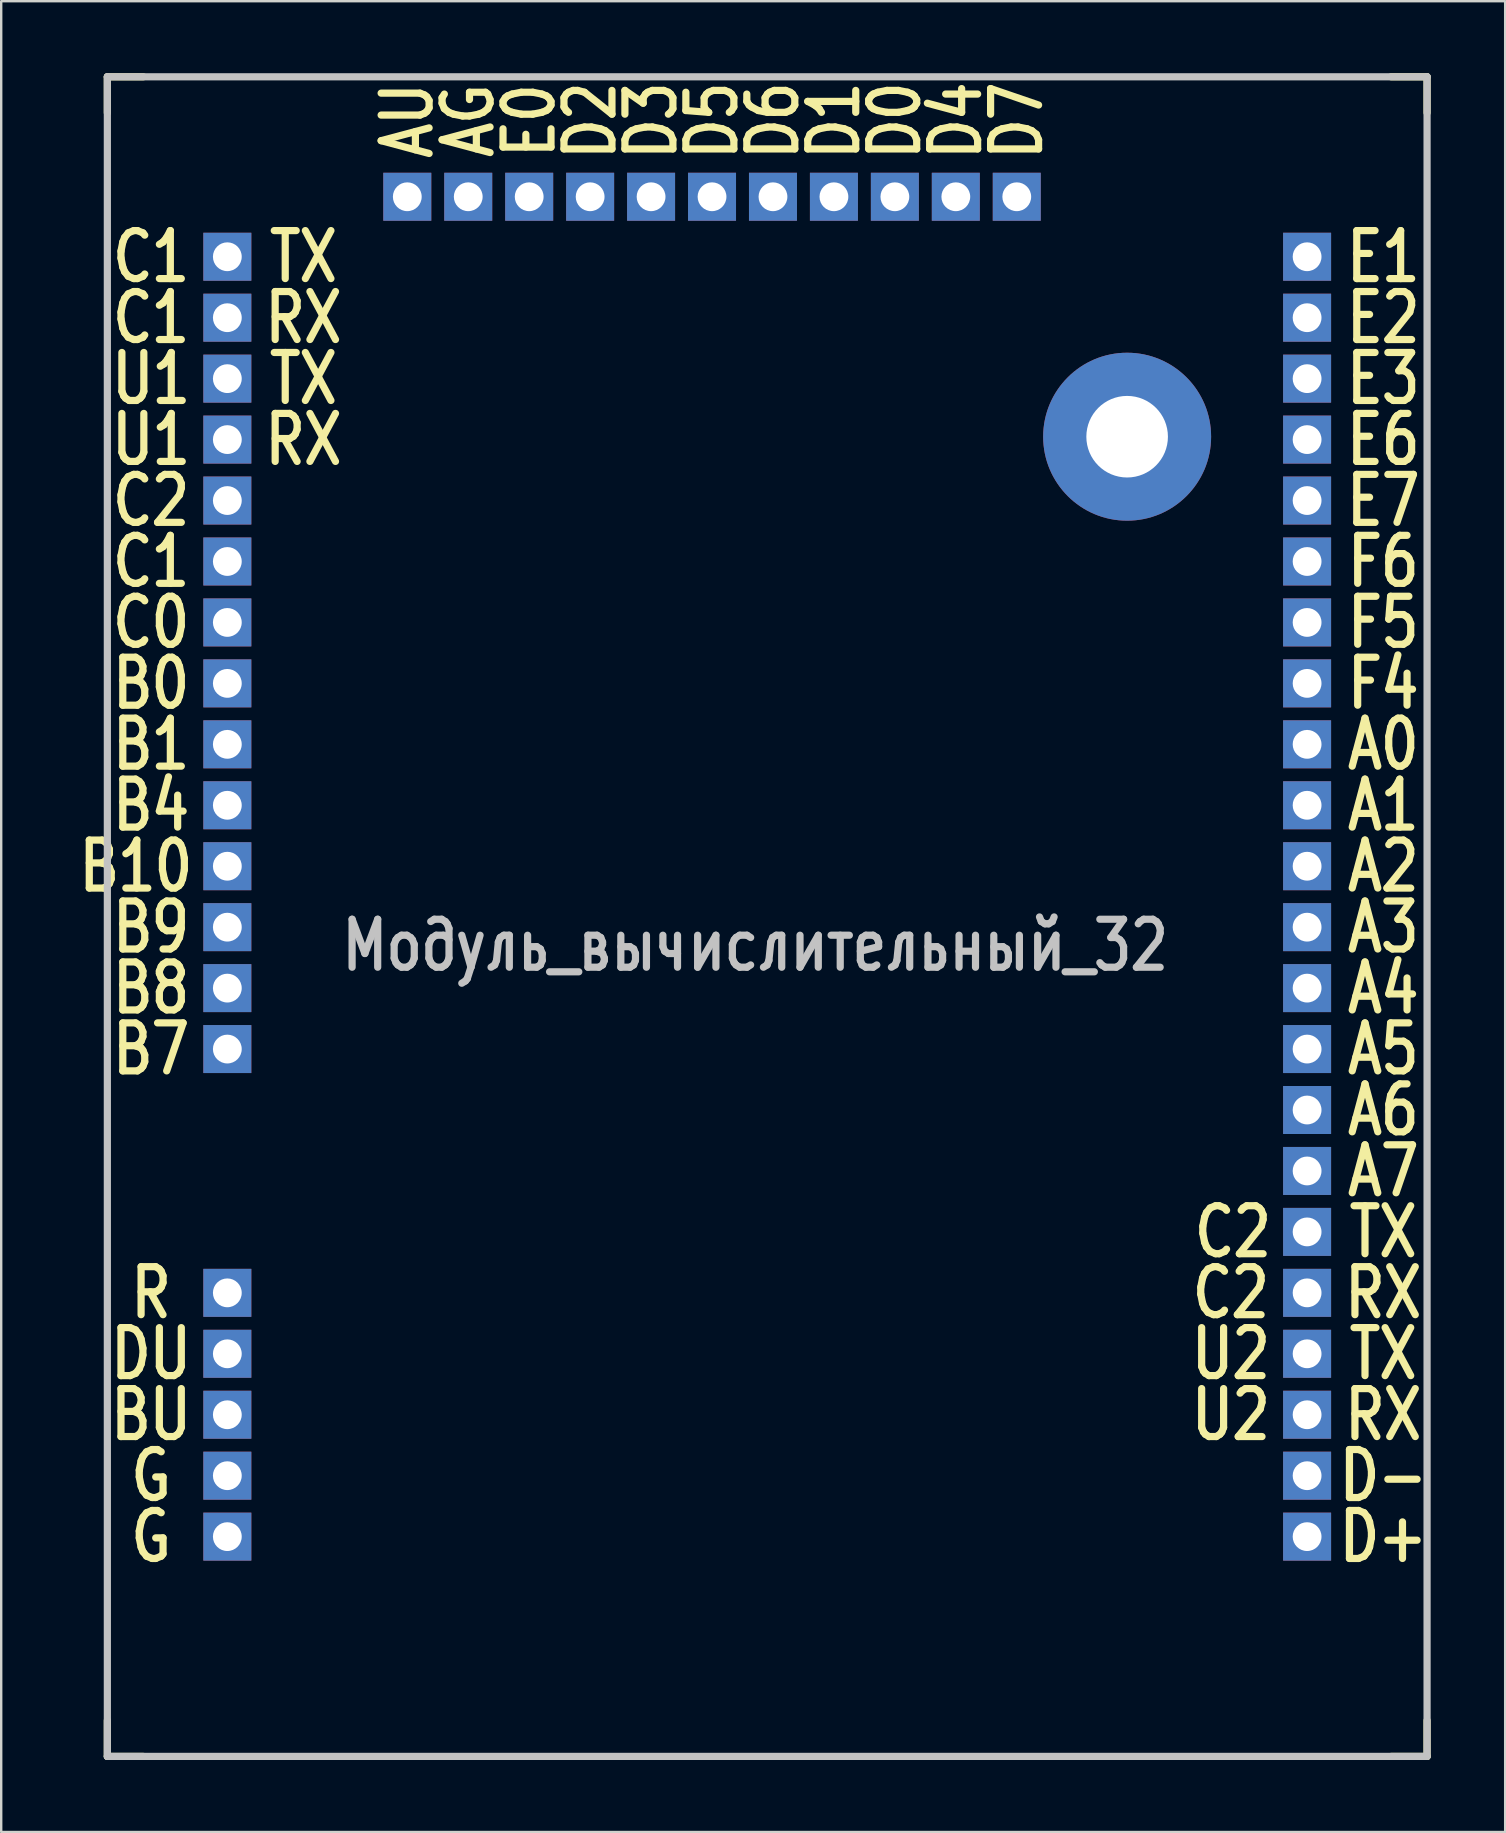
<source format=kicad_pcb>
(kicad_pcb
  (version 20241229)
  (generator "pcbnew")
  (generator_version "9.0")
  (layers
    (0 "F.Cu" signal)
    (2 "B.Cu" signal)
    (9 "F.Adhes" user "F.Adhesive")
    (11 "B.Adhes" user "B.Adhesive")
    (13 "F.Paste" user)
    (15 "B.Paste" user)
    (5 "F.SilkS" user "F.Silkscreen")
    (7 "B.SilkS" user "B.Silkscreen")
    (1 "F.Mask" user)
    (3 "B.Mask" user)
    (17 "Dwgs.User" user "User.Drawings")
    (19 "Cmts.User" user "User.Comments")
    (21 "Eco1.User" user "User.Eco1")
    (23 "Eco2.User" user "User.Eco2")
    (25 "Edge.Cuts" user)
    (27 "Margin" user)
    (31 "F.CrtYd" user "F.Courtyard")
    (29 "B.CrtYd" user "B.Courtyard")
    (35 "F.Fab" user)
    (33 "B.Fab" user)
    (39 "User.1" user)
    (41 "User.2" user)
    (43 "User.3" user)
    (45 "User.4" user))
  (footprint "Модуль_вычислительный_32"
    (layer "F.Cu")
    (at 43.924 15.15)
    (property "Reference" "Модуль_вычислительный_32" (at -15.5 21.2 0) (layer "Dwgs.User") (effects (font (size 2 1.6) (thickness 0.3))))
    (attr through_hole)
    (fp_line (start -42.5 -15) (end -42.5 -13.5) (stroke (width 0.3) (type solid)) (layer "F.SilkS"))
    (fp_line (start -42.5 55) (end -42.5 53.5) (stroke (width 0.3) (type solid)) (layer "F.SilkS"))
    (fp_line (start -41 -15) (end -42.5 -15) (stroke (width 0.3) (type solid)) (layer "F.SilkS"))
    (fp_line (start -41 55) (end -42.5 55) (stroke (width 0.3) (type solid)) (layer "F.SilkS"))
    (fp_line (start 11 55) (end 12.5 55) (stroke (width 0.3) (type solid)) (layer "F.SilkS"))
    (fp_line (start 12.5 -15) (end 11 -15) (stroke (width 0.3) (type solid)) (layer "F.SilkS"))
    (fp_line (start 12.5 -13.5) (end 12.5 -15) (stroke (width 0.3) (type solid)) (layer "F.SilkS"))
    (fp_line (start 12.5 55) (end 12.5 53.5) (stroke (width 0.3) (type solid)) (layer "F.SilkS"))
    (fp_line (start -42.5 -15) (end -42.5 55) (stroke (width 0.3) (type solid)) (layer "Dwgs.User"))
    (fp_line (start -42.5 55) (end 12.5 55) (stroke (width 0.3) (type solid)) (layer "Dwgs.User"))
    (fp_line (start 12.5 -15) (end -42.5 -15) (stroke (width 0.2) (type solid)) (layer "Dwgs.User"))
    (fp_line (start 12.5 -15) (end -42.5 -15) (stroke (width 0.3) (type solid)) (layer "Dwgs.User"))
    (fp_line (start 12.5 55) (end 12.5 -15) (stroke (width 0.3) (type solid)) (layer "Dwgs.User"))
    (fp_text user "TX" (at 10.675 33.14 0) (layer "F.SilkS") (effects (font (size 2 1.6) (thickness 0.3))))
    (fp_text user "D4" (at -7.14 -13.175 90) (layer "F.SilkS") (effects (font (size 2 1.6) (thickness 0.3))))
    (fp_text user "D7" (at -4.6 -13.175 90) (layer "F.SilkS") (effects (font (size 2 1.6) (thickness 0.3))))
    (fp_text user "D3" (at -19.84 -13.175 90) (layer "F.SilkS") (effects (font (size 2 1.6) (thickness 0.3))))
    (fp_text user "G" (at -40.675 43.3 0) (layer "F.SilkS") (effects (font (size 2 1.6) (thickness 0.3))))
    (fp_text user "A7" (at 10.675 30.6 0) (layer "F.SilkS") (effects (font (size 2 1.6) (thickness 0.3))))
    (fp_text user "D-" (at 10.675 43.3 0) (layer "F.SilkS") (effects (font (size 2 1.6) (thickness 0.3))))
    (fp_text user "G" (at -40.675 45.84 0) (layer "F.SilkS") (effects (font (size 2 1.6) (thickness 0.3))))
    (fp_text user "C1" (at -40.675 -4.96 0) (layer "F.SilkS") (effects (font (size 2 1.6) (thickness 0.3))))
    (fp_text user "A1" (at 10.675 15.36 0) (layer "F.SilkS") (effects (font (size 2 1.6) (thickness 0.3))))
    (fp_text user "A6" (at 10.675 28.06 0) (layer "F.SilkS") (effects (font (size 2 1.6) (thickness 0.3))))
    (fp_text user "D0" (at -9.68 -13.175 90) (layer "F.SilkS") (effects (font (size 2 1.6) (thickness 0.3))))
    (fp_text user "A4" (at 10.675 22.98 0) (layer "F.SilkS") (effects (font (size 2 1.6) (thickness 0.3))))
    (fp_text user "U1" (at -40.675 0.12 0) (layer "F.SilkS") (effects (font (size 2 1.6) (thickness 0.3))))
    (fp_text user "TX" (at -34.325 -7.5 0) (layer "F.SilkS") (effects (font (size 2 1.6) (thickness 0.3))))
    (fp_text user "R" (at -40.675 35.68 0) (layer "F.SilkS") (effects (font (size 2 1.6) (thickness 0.3))))
    (fp_text user "U2" (at 4.325 38.22 0) (layer "F.SilkS") (effects (font (size 2 1.6) (thickness 0.3))))
    (fp_text user "B8" (at -40.675 22.98 0) (layer "F.SilkS") (effects (font (size 2 1.6) (thickness 0.3))))
    (fp_text user "E7" (at 10.675 2.66 0) (layer "F.SilkS") (effects (font (size 2 1.6) (thickness 0.3))))
    (fp_text user "E1" (at 10.675 -7.5 0) (layer "F.SilkS") (effects (font (size 2 1.6) (thickness 0.3))))
    (fp_text user "RX" (at 10.675 40.76 0) (layer "F.SilkS") (effects (font (size 2 1.6) (thickness 0.3))))
    (fp_text user "E2" (at 10.675 -4.96 0) (layer "F.SilkS") (effects (font (size 2 1.6) (thickness 0.3))))
    (fp_text user "D2" (at -22.38 -13.175 90) (layer "F.SilkS") (effects (font (size 2 1.6) (thickness 0.3))))
    (fp_text user "BU" (at -40.675 40.76 0) (layer "F.SilkS") (effects (font (size 2 1.6) (thickness 0.3))))
    (fp_text user "B7" (at -40.675 25.52 0) (layer "F.SilkS") (effects (font (size 2 1.6) (thickness 0.3))))
    (fp_text user "TX" (at 10.675 38.22 0) (layer "F.SilkS") (effects (font (size 2 1.6) (thickness 0.3))))
    (fp_text user "D1" (at -12.22 -13.175 90) (layer "F.SilkS") (effects (font (size 2 1.6) (thickness 0.3))))
    (fp_text user "F4" (at 10.675 10.28 0) (layer "F.SilkS") (effects (font (size 2 1.6) (thickness 0.3))))
    (fp_text user "C1" (at -40.675 -7.5 0) (layer "F.SilkS") (effects (font (size 2 1.6) (thickness 0.3))))
    (fp_text user "B9" (at -40.675 20.44 0) (layer "F.SilkS") (effects (font (size 2 1.6) (thickness 0.3))))
    (fp_text user "A2" (at 10.675 17.9 0) (layer "F.SilkS") (effects (font (size 2 1.6) (thickness 0.3))))
    (fp_text user "D6" (at -14.76 -13.175 90) (layer "F.SilkS") (effects (font (size 2 1.6) (thickness 0.3))))
    (fp_text user "U2" (at 4.325 40.76 0) (layer "F.SilkS") (effects (font (size 2 1.6) (thickness 0.3))))
    (fp_text user "F6" (at 10.675 5.2 0) (layer "F.SilkS") (effects (font (size 2 1.6) (thickness 0.3))))
    (fp_text user "RX" (at -34.325 -4.96 0) (layer "F.SilkS") (effects (font (size 2 1.6) (thickness 0.3))))
    (fp_text user "TX" (at -34.325 -2.42 0) (layer "F.SilkS") (effects (font (size 2 1.6) (thickness 0.3))))
    (fp_text user "D5" (at -17.3 -13.175 90) (layer "F.SilkS") (effects (font (size 2 1.6) (thickness 0.3))))
    (fp_text user "DU" (at -40.675 38.22 0) (layer "F.SilkS") (effects (font (size 2 1.6) (thickness 0.3))))
    (fp_text user "B10" (at -41.31 17.9 0) (layer "F.SilkS") (effects (font (size 2 1.6) (thickness 0.3))))
    (fp_text user "E6" (at 10.675 0.12 0) (layer "F.SilkS") (effects (font (size 2 1.6) (thickness 0.3))))
    (fp_text user "B0" (at -40.675 10.28 0) (layer "F.SilkS") (effects (font (size 2 1.6) (thickness 0.3))))
    (fp_text user "A5" (at 10.675 25.52 0) (layer "F.SilkS") (effects (font (size 2 1.6) (thickness 0.3))))
    (fp_text user "RX" (at -34.325 0.12 0) (layer "F.SilkS") (effects (font (size 2 1.6) (thickness 0.3))))
    (fp_text user "E3" (at 10.675 -2.42 0) (layer "F.SilkS") (effects (font (size 2 1.6) (thickness 0.3))))
    (fp_text user "AU" (at -30 -13.175 90) (layer "F.SilkS") (effects (font (size 2 1.6) (thickness 0.3))))
    (fp_text user "C2" (at 4.325 35.68 0) (layer "F.SilkS") (effects (font (size 2 1.6) (thickness 0.3))))
    (fp_text user "RX" (at 10.675 35.68 0) (layer "F.SilkS") (effects (font (size 2 1.6) (thickness 0.3))))
    (fp_text user "C2" (at -40.675 2.66 0) (layer "F.SilkS") (effects (font (size 2 1.6) (thickness 0.3))))
    (fp_text user "B4" (at -40.675 15.36 0) (layer "F.SilkS") (effects (font (size 2 1.6) (thickness 0.3))))
    (fp_text user "E0" (at -24.92 -13.175 90) (layer "F.SilkS") (effects (font (size 2 1.6) (thickness 0.3))))
    (fp_text user "C2" (at 4.41 33.14 0) (layer "F.SilkS") (effects (font (size 2 1.6) (thickness 0.3))))
    (fp_text user "F5" (at 10.675 7.74 0) (layer "F.SilkS") (effects (font (size 2 1.6) (thickness 0.3))))
    (fp_text user "AG" (at -27.46 -13.175 90) (layer "F.SilkS") (effects (font (size 2 1.6) (thickness 0.3))))
    (fp_text user "C1" (at -40.675 5.2 0) (layer "F.SilkS") (effects (font (size 2 1.6) (thickness 0.3))))
    (fp_text user "U1" (at -40.675 -2.42 0) (layer "F.SilkS") (effects (font (size 2 1.6) (thickness 0.3))))
    (fp_text user "C0" (at -40.675 7.74 0) (layer "F.SilkS") (effects (font (size 2 1.6) (thickness 0.3))))
    (fp_text user "A3" (at 10.675 20.44 0) (layer "F.SilkS") (effects (font (size 2 1.6) (thickness 0.3))))
    (fp_text user "A0" (at 10.675 12.82 0) (layer "F.SilkS") (effects (font (size 2 1.6) (thickness 0.3))))
    (fp_text user "D+" (at 10.675 45.84 0) (layer "F.SilkS") (effects (font (size 2 1.6) (thickness 0.3))))
    (fp_text user "B1" (at -40.675 12.82 0) (layer "F.SilkS") (effects (font (size 2 1.6) (thickness 0.3))))
    (pad "" thru_hole circle (at 0 0) (size 7 7) (drill 3.4) (layers "*.Cu" "*.Mask"))
    (pad "1" thru_hole rect (at -37.5 -7.5) (size 2 2) (drill 1.2) (layers "*.Cu" "*.Mask"))
    (pad "2" thru_hole rect (at -37.5 -4.96) (size 2 2) (drill 1.2) (layers "*.Cu" "*.Mask"))
    (pad "3" thru_hole rect (at -37.5 -2.42) (size 2 2) (drill 1.2) (layers "*.Cu" "*.Mask"))
    (pad "4" thru_hole rect (at -37.5 0.12) (size 2 2) (drill 1.2) (layers "*.Cu" "*.Mask"))
    (pad "5" thru_hole rect (at -37.5 2.66) (size 2 2) (drill 1.2) (layers "*.Cu" "*.Mask"))
    (pad "6" thru_hole rect (at -37.5 5.2) (size 2 2) (drill 1.2) (layers "*.Cu" "*.Mask"))
    (pad "7" thru_hole rect (at -37.5 7.74) (size 2 2) (drill 1.2) (layers "*.Cu" "*.Mask"))
    (pad "8" thru_hole rect (at -37.5 10.28) (size 2 2) (drill 1.2) (layers "*.Cu" "*.Mask"))
    (pad "9" thru_hole rect (at -37.5 12.82) (size 2 2) (drill 1.2) (layers "*.Cu" "*.Mask"))
    (pad "10" thru_hole rect (at -37.5 15.36) (size 2 2) (drill 1.2) (layers "*.Cu" "*.Mask"))
    (pad "11" thru_hole rect (at -37.5 17.9) (size 2 2) (drill 1.2) (layers "*.Cu" "*.Mask"))
    (pad "12" thru_hole rect (at -37.5 20.44) (size 2 2) (drill 1.2) (layers "*.Cu" "*.Mask"))
    (pad "13" thru_hole rect (at -37.5 22.98) (size 2 2) (drill 1.2) (layers "*.Cu" "*.Mask"))
    (pad "14" thru_hole rect (at -37.5 25.52) (size 2 2) (drill 1.2) (layers "*.Cu" "*.Mask"))
    (pad "15" thru_hole rect (at -37.5 35.68) (size 2 2) (drill 1.2) (layers "*.Cu" "*.Mask"))
    (pad "16" thru_hole rect (at -37.5 38.22) (size 2 2) (drill 1.2) (layers "*.Cu" "*.Mask"))
    (pad "17" thru_hole rect (at -37.5 40.76) (size 2 2) (drill 1.2) (layers "*.Cu" "*.Mask"))
    (pad "18" thru_hole rect (at -37.5 43.3) (size 2 2) (drill 1.2) (layers "*.Cu" "*.Mask"))
    (pad "19" thru_hole rect (at -37.5 45.84) (size 2 2) (drill 1.2) (layers "*.Cu" "*.Mask"))
    (pad "20" thru_hole rect (at 7.5 45.84) (size 2 2) (drill 1.2) (layers "*.Cu" "*.Mask"))
    (pad "21" thru_hole rect (at 7.5 43.3) (size 2 2) (drill 1.2) (layers "*.Cu" "*.Mask"))
    (pad "22" thru_hole rect (at 7.5 40.76) (size 2 2) (drill 1.2) (layers "*.Cu" "*.Mask"))
    (pad "23" thru_hole rect (at 7.5 38.22) (size 2 2) (drill 1.2) (layers "*.Cu" "*.Mask"))
    (pad "24" thru_hole rect (at 7.5 35.68) (size 2 2) (drill 1.2) (layers "*.Cu" "*.Mask"))
    (pad "25" thru_hole rect (at 7.5 33.14) (size 2 2) (drill 1.2) (layers "*.Cu" "*.Mask"))
    (pad "26" thru_hole rect (at 7.5 30.6) (size 2 2) (drill 1.2) (layers "*.Cu" "*.Mask"))
    (pad "27" thru_hole rect (at 7.5 28.06) (size 2 2) (drill 1.2) (layers "*.Cu" "*.Mask"))
    (pad "28" thru_hole rect (at 7.5 25.52) (size 2 2) (drill 1.2) (layers "*.Cu" "*.Mask"))
    (pad "29" thru_hole rect (at 7.5 22.98) (size 2 2) (drill 1.2) (layers "*.Cu" "*.Mask"))
    (pad "30" thru_hole rect (at 7.5 20.44) (size 2 2) (drill 1.2) (layers "*.Cu" "*.Mask"))
    (pad "31" thru_hole rect (at 7.5 17.9) (size 2 2) (drill 1.2) (layers "*.Cu" "*.Mask"))
    (pad "32" thru_hole rect (at 7.5 15.36) (size 2 2) (drill 1.2) (layers "*.Cu" "*.Mask"))
    (pad "33" thru_hole rect (at 7.5 12.82) (size 2 2) (drill 1.2) (layers "*.Cu" "*.Mask"))
    (pad "34" thru_hole rect (at 7.5 10.28) (size 2 2) (drill 1.2) (layers "*.Cu" "*.Mask"))
    (pad "35" thru_hole rect (at 7.5 7.74) (size 2 2) (drill 1.2) (layers "*.Cu" "*.Mask"))
    (pad "36" thru_hole rect (at 7.5 5.2) (size 2 2) (drill 1.2) (layers "*.Cu" "*.Mask"))
    (pad "37" thru_hole rect (at 7.5 2.66) (size 2 2) (drill 1.2) (layers "*.Cu" "*.Mask"))
    (pad "38" thru_hole rect (at 7.5 0.12) (size 2 2) (drill 1.2) (layers "*.Cu" "*.Mask"))
    (pad "39" thru_hole rect (at 7.5 -2.42) (size 2 2) (drill 1.2) (layers "*.Cu" "*.Mask"))
    (pad "40" thru_hole rect (at 7.5 -4.96) (size 2 2) (drill 1.2) (layers "*.Cu" "*.Mask"))
    (pad "41" thru_hole rect (at 7.5 -7.5) (size 2 2) (drill 1.2) (layers "*.Cu" "*.Mask"))
    (pad "42" thru_hole rect (at -4.6 -10) (size 2 2) (drill 1.2) (layers "*.Cu" "*.Mask"))
    (pad "43" thru_hole rect (at -7.14 -10) (size 2 2) (drill 1.2) (layers "*.Cu" "*.Mask"))
    (pad "44" thru_hole rect (at -9.68 -10) (size 2 2) (drill 1.2) (layers "*.Cu" "*.Mask"))
    (pad "45" thru_hole rect (at -12.22 -10) (size 2 2) (drill 1.2) (layers "*.Cu" "*.Mask"))
    (pad "46" thru_hole rect (at -14.76 -10) (size 2 2) (drill 1.2) (layers "*.Cu" "*.Mask"))
    (pad "47" thru_hole rect (at -17.3 -10) (size 2 2) (drill 1.2) (layers "*.Cu" "*.Mask"))
    (pad "48" thru_hole rect (at -19.84 -10) (size 2 2) (drill 1.2) (layers "*.Cu" "*.Mask"))
    (pad "49" thru_hole rect (at -22.38 -10) (size 2 2) (drill 1.2) (layers "*.Cu" "*.Mask"))
    (pad "50" thru_hole rect (at -24.92 -10) (size 2 2) (drill 1.2) (layers "*.Cu" "*.Mask"))
    (pad "51" thru_hole rect (at -27.46 -10) (size 2 2) (drill 1.2) (layers "*.Cu" "*.Mask"))
    (pad "52" thru_hole rect (at -30 -10) (size 2 2) (drill 1.2) (layers "*.Cu" "*.Mask")))
  (gr_rect
    (start -3 -3)
    (end 59.679 73.3)
    (stroke (width 0.1) (type default))
    (fill no)
    (layer "Edge.Cuts")))
</source>
